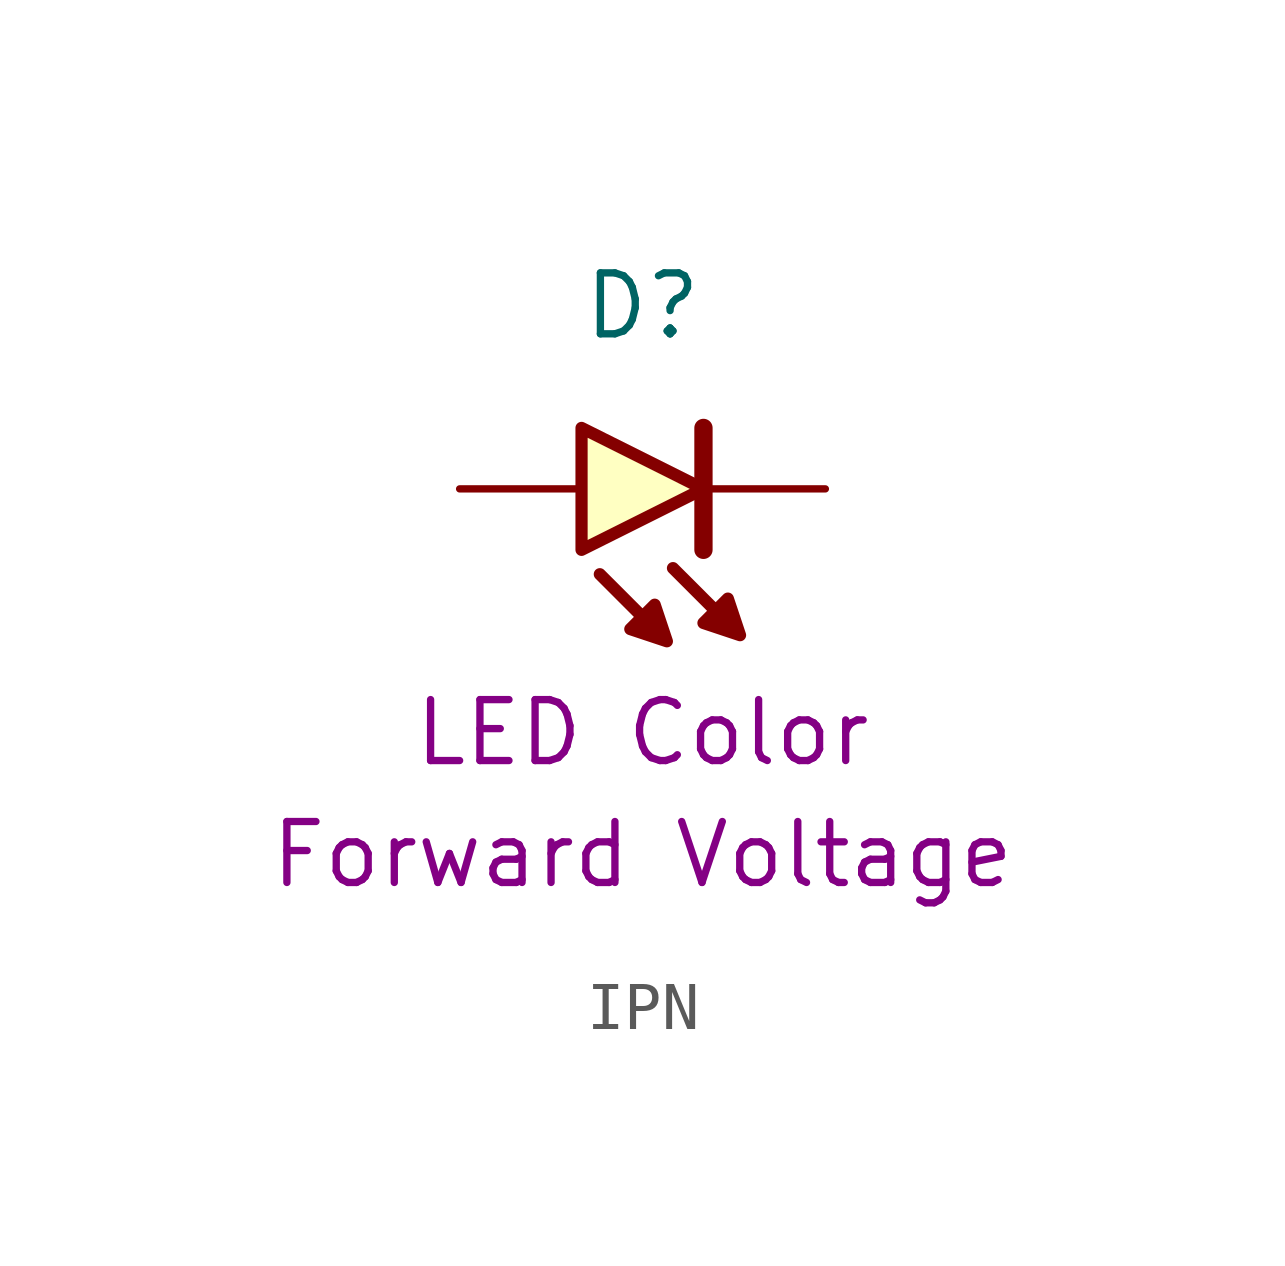
<source format=kicad_sym>
(kicad_symbol_lib
  (version 20211014)
  (generator kicad_symbol_editor)
  (symbol "IPN"
    (pin_numbers hide)
    (pin_names
      (offset 0) hide)
    (property "Reference" "D"
      (at 0 3.81 0)
      (effects (font (size 1.27 1.27))))
    (property "Forward Voltage (Volt)" "Forward Voltage"
      (at 0 -7.62 0)
      (effects (font (size 1.27 1.27))))
    (property "LED Color" "LED Color"
      (at 0 -5.08 0)
      (effects (font (size 1.27 1.27))))
    (symbol "IPN_0_1"
      (polyline (pts (xy 1.27 -1.27) (xy 1.27 1.27)) (stroke (width 0.381) (type default) (color 0 0 0 0)) (fill (type none)))
      (polyline (pts (xy -1.27 1.27) (xy -1.27 -1.27) (xy 1.27 0) (xy -1.27 1.27)) (stroke (width 0.254) (type default) (color 0 0 0 0)) (fill (type background)))
      (polyline (pts (xy -0.889 -1.778) (xy 0.508 -3.175) (xy 0.254 -2.413) (xy -0.254 -2.921) (xy 0.508 -3.175)) (stroke (width 0.254) (type default) (color 0 0 0 0)) (fill (type outline)))
      (polyline (pts (xy 0.635 -1.651) (xy 2.032 -3.048) (xy 1.27 -2.794) (xy 1.778 -2.286) (xy 2.032 -3.048)) (stroke (width 0.254) (type default) (color 0 0 0 0)) (fill (type outline))))
    (symbol "IPN_1_1"
      (pin passive line (at 3.81 0 180) (length 2.54) (name "Cathode" (effects (font (size 1.27 1.27)))) (number "1" (effects (font (size 1.27 1.27)))))
      (pin passive line (at -3.81 0 0) (length 2.54) (name "Anode" (effects (font (size 1.27 1.27)))) (number "2" (effects (font (size 1.27 1.27))))))))
</source>
